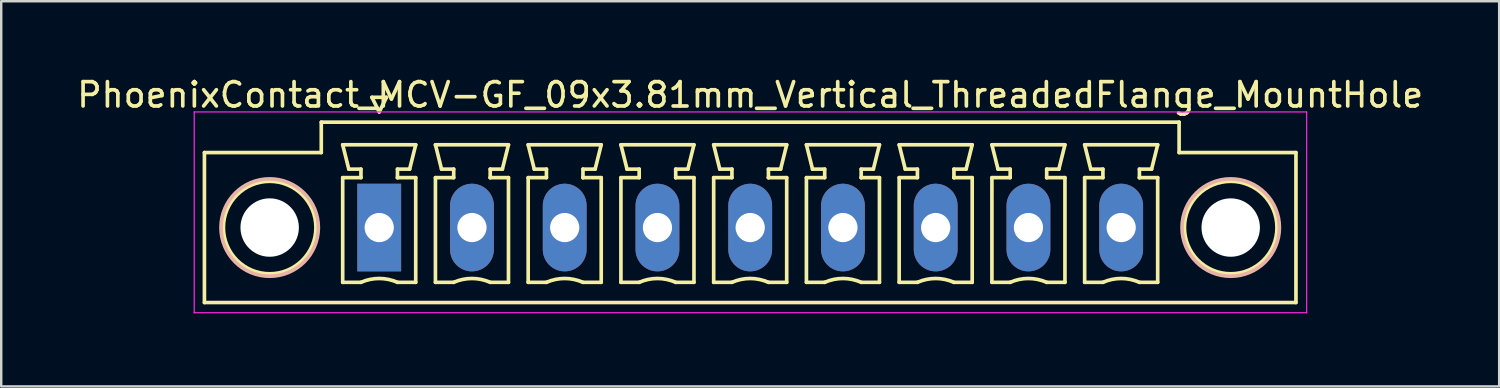
<source format=kicad_pcb>
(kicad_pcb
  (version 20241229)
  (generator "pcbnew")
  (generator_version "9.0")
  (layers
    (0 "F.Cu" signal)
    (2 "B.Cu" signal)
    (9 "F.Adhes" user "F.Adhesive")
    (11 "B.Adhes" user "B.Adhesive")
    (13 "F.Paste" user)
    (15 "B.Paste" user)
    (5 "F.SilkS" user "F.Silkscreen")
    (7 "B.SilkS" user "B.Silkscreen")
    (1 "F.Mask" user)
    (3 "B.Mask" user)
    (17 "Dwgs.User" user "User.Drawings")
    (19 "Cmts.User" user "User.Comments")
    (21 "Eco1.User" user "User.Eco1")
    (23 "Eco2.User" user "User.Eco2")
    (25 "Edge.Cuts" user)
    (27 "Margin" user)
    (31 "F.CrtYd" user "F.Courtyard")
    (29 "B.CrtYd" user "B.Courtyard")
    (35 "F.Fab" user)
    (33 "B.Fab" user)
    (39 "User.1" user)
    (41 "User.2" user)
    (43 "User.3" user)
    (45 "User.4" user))
  (footprint "PhoenixContact_MCV-GF_09x3.81mm_Vertical_ThreadedFlange_MountHole"
    (layer "F.Cu")
    (at 12.528 6.298)
    (property "Reference" "PhoenixContact_MCV-GF_09x3.81mm_Vertical_ThreadedFlange_MountHole" (at 15.24 -5.45 0) (layer "F.SilkS") (effects (font (size 1 1) (thickness 0.15))))
    (attr through_hole)
    (fp_line (start -7.18 -3.08) (end -7.18 3.08) (stroke (width 0.15) (type solid)) (layer "F.SilkS"))
    (fp_line (start -7.18 3.08) (end 37.66 3.08) (stroke (width 0.15) (type solid)) (layer "F.SilkS"))
    (fp_line (start -2.38 -4.33) (end -2.38 -3.08) (stroke (width 0.15) (type solid)) (layer "F.SilkS"))
    (fp_line (start -2.38 -3.08) (end -7.18 -3.08) (stroke (width 0.15) (type solid)) (layer "F.SilkS"))
    (fp_line (start -1.5 -3.4) (end 1.5 -3.4) (stroke (width 0.15) (type solid)) (layer "F.SilkS"))
    (fp_line (start -1.5 -2.05) (end -0.75 -2.05) (stroke (width 0.15) (type solid)) (layer "F.SilkS"))
    (fp_line (start -1.5 2.25) (end -1.5 -2.05) (stroke (width 0.15) (type solid)) (layer "F.SilkS"))
    (fp_line (start -1.25 -2.4) (end -1.5 -3.4) (stroke (width 0.15) (type solid)) (layer "F.SilkS"))
    (fp_line (start -0.75 -2.4) (end -1.25 -2.4) (stroke (width 0.15) (type solid)) (layer "F.SilkS"))
    (fp_line (start -0.75 -2.05) (end -0.75 -2.4) (stroke (width 0.15) (type solid)) (layer "F.SilkS"))
    (fp_line (start -0.75 2.25) (end -1.5 2.25) (stroke (width 0.15) (type solid)) (layer "F.SilkS"))
    (fp_line (start -0.3 -5.35) (end 0 -4.75) (stroke (width 0.15) (type solid)) (layer "F.SilkS"))
    (fp_line (start 0 -4.75) (end 0.3 -5.35) (stroke (width 0.15) (type solid)) (layer "F.SilkS"))
    (fp_line (start 0.3 -5.35) (end -0.3 -5.35) (stroke (width 0.15) (type solid)) (layer "F.SilkS"))
    (fp_line (start 0.75 -2.4) (end 0.75 -2.05) (stroke (width 0.15) (type solid)) (layer "F.SilkS"))
    (fp_line (start 0.75 -2.05) (end 0.75 -2.05) (stroke (width 0.15) (type solid)) (layer "F.SilkS"))
    (fp_line (start 0.75 -2.05) (end 1.5 -2.05) (stroke (width 0.15) (type solid)) (layer "F.SilkS"))
    (fp_line (start 1.25 -2.4) (end 0.75 -2.4) (stroke (width 0.15) (type solid)) (layer "F.SilkS"))
    (fp_line (start 1.5 -3.4) (end 1.25 -2.4) (stroke (width 0.15) (type solid)) (layer "F.SilkS"))
    (fp_line (start 1.5 -2.05) (end 1.5 2.25) (stroke (width 0.15) (type solid)) (layer "F.SilkS"))
    (fp_line (start 1.5 2.25) (end 0.75 2.25) (stroke (width 0.15) (type solid)) (layer "F.SilkS"))
    (fp_line (start 2.31 -3.4) (end 5.31 -3.4) (stroke (width 0.15) (type solid)) (layer "F.SilkS"))
    (fp_line (start 2.31 -2.05) (end 3.06 -2.05) (stroke (width 0.15) (type solid)) (layer "F.SilkS"))
    (fp_line (start 2.31 2.25) (end 2.31 -2.05) (stroke (width 0.15) (type solid)) (layer "F.SilkS"))
    (fp_line (start 2.56 -2.4) (end 2.31 -3.4) (stroke (width 0.15) (type solid)) (layer "F.SilkS"))
    (fp_line (start 3.06 -2.4) (end 2.56 -2.4) (stroke (width 0.15) (type solid)) (layer "F.SilkS"))
    (fp_line (start 3.06 -2.05) (end 3.06 -2.4) (stroke (width 0.15) (type solid)) (layer "F.SilkS"))
    (fp_line (start 3.06 2.25) (end 2.31 2.25) (stroke (width 0.15) (type solid)) (layer "F.SilkS"))
    (fp_line (start 4.56 -2.4) (end 4.56 -2.05) (stroke (width 0.15) (type solid)) (layer "F.SilkS"))
    (fp_line (start 4.56 -2.05) (end 4.56 -2.05) (stroke (width 0.15) (type solid)) (layer "F.SilkS"))
    (fp_line (start 4.56 -2.05) (end 5.31 -2.05) (stroke (width 0.15) (type solid)) (layer "F.SilkS"))
    (fp_line (start 5.06 -2.4) (end 4.56 -2.4) (stroke (width 0.15) (type solid)) (layer "F.SilkS"))
    (fp_line (start 5.31 -3.4) (end 5.06 -2.4) (stroke (width 0.15) (type solid)) (layer "F.SilkS"))
    (fp_line (start 5.31 -2.05) (end 5.31 2.25) (stroke (width 0.15) (type solid)) (layer "F.SilkS"))
    (fp_line (start 5.31 2.25) (end 4.56 2.25) (stroke (width 0.15) (type solid)) (layer "F.SilkS"))
    (fp_line (start 6.12 -3.4) (end 9.12 -3.4) (stroke (width 0.15) (type solid)) (layer "F.SilkS"))
    (fp_line (start 6.12 -2.05) (end 6.87 -2.05) (stroke (width 0.15) (type solid)) (layer "F.SilkS"))
    (fp_line (start 6.12 2.25) (end 6.12 -2.05) (stroke (width 0.15) (type solid)) (layer "F.SilkS"))
    (fp_line (start 6.37 -2.4) (end 6.12 -3.4) (stroke (width 0.15) (type solid)) (layer "F.SilkS"))
    (fp_line (start 6.87 -2.4) (end 6.37 -2.4) (stroke (width 0.15) (type solid)) (layer "F.SilkS"))
    (fp_line (start 6.87 -2.05) (end 6.87 -2.4) (stroke (width 0.15) (type solid)) (layer "F.SilkS"))
    (fp_line (start 6.87 2.25) (end 6.12 2.25) (stroke (width 0.15) (type solid)) (layer "F.SilkS"))
    (fp_line (start 8.37 -2.4) (end 8.37 -2.05) (stroke (width 0.15) (type solid)) (layer "F.SilkS"))
    (fp_line (start 8.37 -2.05) (end 8.37 -2.05) (stroke (width 0.15) (type solid)) (layer "F.SilkS"))
    (fp_line (start 8.37 -2.05) (end 9.12 -2.05) (stroke (width 0.15) (type solid)) (layer "F.SilkS"))
    (fp_line (start 8.87 -2.4) (end 8.37 -2.4) (stroke (width 0.15) (type solid)) (layer "F.SilkS"))
    (fp_line (start 9.12 -3.4) (end 8.87 -2.4) (stroke (width 0.15) (type solid)) (layer "F.SilkS"))
    (fp_line (start 9.12 -2.05) (end 9.12 2.25) (stroke (width 0.15) (type solid)) (layer "F.SilkS"))
    (fp_line (start 9.12 2.25) (end 8.37 2.25) (stroke (width 0.15) (type solid)) (layer "F.SilkS"))
    (fp_line (start 9.93 -3.4) (end 12.93 -3.4) (stroke (width 0.15) (type solid)) (layer "F.SilkS"))
    (fp_line (start 9.93 -2.05) (end 10.68 -2.05) (stroke (width 0.15) (type solid)) (layer "F.SilkS"))
    (fp_line (start 9.93 2.25) (end 9.93 -2.05) (stroke (width 0.15) (type solid)) (layer "F.SilkS"))
    (fp_line (start 10.18 -2.4) (end 9.93 -3.4) (stroke (width 0.15) (type solid)) (layer "F.SilkS"))
    (fp_line (start 10.68 -2.4) (end 10.18 -2.4) (stroke (width 0.15) (type solid)) (layer "F.SilkS"))
    (fp_line (start 10.68 -2.05) (end 10.68 -2.4) (stroke (width 0.15) (type solid)) (layer "F.SilkS"))
    (fp_line (start 10.68 2.25) (end 9.93 2.25) (stroke (width 0.15) (type solid)) (layer "F.SilkS"))
    (fp_line (start 12.18 -2.4) (end 12.18 -2.05) (stroke (width 0.15) (type solid)) (layer "F.SilkS"))
    (fp_line (start 12.18 -2.05) (end 12.18 -2.05) (stroke (width 0.15) (type solid)) (layer "F.SilkS"))
    (fp_line (start 12.18 -2.05) (end 12.93 -2.05) (stroke (width 0.15) (type solid)) (layer "F.SilkS"))
    (fp_line (start 12.68 -2.4) (end 12.18 -2.4) (stroke (width 0.15) (type solid)) (layer "F.SilkS"))
    (fp_line (start 12.93 -3.4) (end 12.68 -2.4) (stroke (width 0.15) (type solid)) (layer "F.SilkS"))
    (fp_line (start 12.93 -2.05) (end 12.93 2.25) (stroke (width 0.15) (type solid)) (layer "F.SilkS"))
    (fp_line (start 12.93 2.25) (end 12.18 2.25) (stroke (width 0.15) (type solid)) (layer "F.SilkS"))
    (fp_line (start 13.74 -3.4) (end 16.74 -3.4) (stroke (width 0.15) (type solid)) (layer "F.SilkS"))
    (fp_line (start 13.74 -2.05) (end 14.49 -2.05) (stroke (width 0.15) (type solid)) (layer "F.SilkS"))
    (fp_line (start 13.74 2.25) (end 13.74 -2.05) (stroke (width 0.15) (type solid)) (layer "F.SilkS"))
    (fp_line (start 13.99 -2.4) (end 13.74 -3.4) (stroke (width 0.15) (type solid)) (layer "F.SilkS"))
    (fp_line (start 14.49 -2.4) (end 13.99 -2.4) (stroke (width 0.15) (type solid)) (layer "F.SilkS"))
    (fp_line (start 14.49 -2.05) (end 14.49 -2.4) (stroke (width 0.15) (type solid)) (layer "F.SilkS"))
    (fp_line (start 14.49 2.25) (end 13.74 2.25) (stroke (width 0.15) (type solid)) (layer "F.SilkS"))
    (fp_line (start 15.99 -2.4) (end 15.99 -2.05) (stroke (width 0.15) (type solid)) (layer "F.SilkS"))
    (fp_line (start 15.99 -2.05) (end 15.99 -2.05) (stroke (width 0.15) (type solid)) (layer "F.SilkS"))
    (fp_line (start 15.99 -2.05) (end 16.74 -2.05) (stroke (width 0.15) (type solid)) (layer "F.SilkS"))
    (fp_line (start 16.49 -2.4) (end 15.99 -2.4) (stroke (width 0.15) (type solid)) (layer "F.SilkS"))
    (fp_line (start 16.74 -3.4) (end 16.49 -2.4) (stroke (width 0.15) (type solid)) (layer "F.SilkS"))
    (fp_line (start 16.74 -2.05) (end 16.74 2.25) (stroke (width 0.15) (type solid)) (layer "F.SilkS"))
    (fp_line (start 16.74 2.25) (end 15.99 2.25) (stroke (width 0.15) (type solid)) (layer "F.SilkS"))
    (fp_line (start 17.55 -3.4) (end 20.55 -3.4) (stroke (width 0.15) (type solid)) (layer "F.SilkS"))
    (fp_line (start 17.55 -2.05) (end 18.3 -2.05) (stroke (width 0.15) (type solid)) (layer "F.SilkS"))
    (fp_line (start 17.55 2.25) (end 17.55 -2.05) (stroke (width 0.15) (type solid)) (layer "F.SilkS"))
    (fp_line (start 17.8 -2.4) (end 17.55 -3.4) (stroke (width 0.15) (type solid)) (layer "F.SilkS"))
    (fp_line (start 18.3 -2.4) (end 17.8 -2.4) (stroke (width 0.15) (type solid)) (layer "F.SilkS"))
    (fp_line (start 18.3 -2.05) (end 18.3 -2.4) (stroke (width 0.15) (type solid)) (layer "F.SilkS"))
    (fp_line (start 18.3 2.25) (end 17.55 2.25) (stroke (width 0.15) (type solid)) (layer "F.SilkS"))
    (fp_line (start 19.8 -2.4) (end 19.8 -2.05) (stroke (width 0.15) (type solid)) (layer "F.SilkS"))
    (fp_line (start 19.8 -2.05) (end 19.8 -2.05) (stroke (width 0.15) (type solid)) (layer "F.SilkS"))
    (fp_line (start 19.8 -2.05) (end 20.55 -2.05) (stroke (width 0.15) (type solid)) (layer "F.SilkS"))
    (fp_line (start 20.3 -2.4) (end 19.8 -2.4) (stroke (width 0.15) (type solid)) (layer "F.SilkS"))
    (fp_line (start 20.55 -3.4) (end 20.3 -2.4) (stroke (width 0.15) (type solid)) (layer "F.SilkS"))
    (fp_line (start 20.55 -2.05) (end 20.55 2.25) (stroke (width 0.15) (type solid)) (layer "F.SilkS"))
    (fp_line (start 20.55 2.25) (end 19.8 2.25) (stroke (width 0.15) (type solid)) (layer "F.SilkS"))
    (fp_line (start 21.36 -3.4) (end 24.36 -3.4) (stroke (width 0.15) (type solid)) (layer "F.SilkS"))
    (fp_line (start 21.36 -2.05) (end 22.11 -2.05) (stroke (width 0.15) (type solid)) (layer "F.SilkS"))
    (fp_line (start 21.36 2.25) (end 21.36 -2.05) (stroke (width 0.15) (type solid)) (layer "F.SilkS"))
    (fp_line (start 21.61 -2.4) (end 21.36 -3.4) (stroke (width 0.15) (type solid)) (layer "F.SilkS"))
    (fp_line (start 22.11 -2.4) (end 21.61 -2.4) (stroke (width 0.15) (type solid)) (layer "F.SilkS"))
    (fp_line (start 22.11 -2.05) (end 22.11 -2.4) (stroke (width 0.15) (type solid)) (layer "F.SilkS"))
    (fp_line (start 22.11 2.25) (end 21.36 2.25) (stroke (width 0.15) (type solid)) (layer "F.SilkS"))
    (fp_line (start 23.61 -2.4) (end 23.61 -2.05) (stroke (width 0.15) (type solid)) (layer "F.SilkS"))
    (fp_line (start 23.61 -2.05) (end 23.61 -2.05) (stroke (width 0.15) (type solid)) (layer "F.SilkS"))
    (fp_line (start 23.61 -2.05) (end 24.36 -2.05) (stroke (width 0.15) (type solid)) (layer "F.SilkS"))
    (fp_line (start 24.11 -2.4) (end 23.61 -2.4) (stroke (width 0.15) (type solid)) (layer "F.SilkS"))
    (fp_line (start 24.36 -3.4) (end 24.11 -2.4) (stroke (width 0.15) (type solid)) (layer "F.SilkS"))
    (fp_line (start 24.36 -2.05) (end 24.36 2.25) (stroke (width 0.15) (type solid)) (layer "F.SilkS"))
    (fp_line (start 24.36 2.25) (end 23.61 2.25) (stroke (width 0.15) (type solid)) (layer "F.SilkS"))
    (fp_line (start 25.17 -3.4) (end 28.17 -3.4) (stroke (width 0.15) (type solid)) (layer "F.SilkS"))
    (fp_line (start 25.17 -2.05) (end 25.92 -2.05) (stroke (width 0.15) (type solid)) (layer "F.SilkS"))
    (fp_line (start 25.17 2.25) (end 25.17 -2.05) (stroke (width 0.15) (type solid)) (layer "F.SilkS"))
    (fp_line (start 25.42 -2.4) (end 25.17 -3.4) (stroke (width 0.15) (type solid)) (layer "F.SilkS"))
    (fp_line (start 25.92 -2.4) (end 25.42 -2.4) (stroke (width 0.15) (type solid)) (layer "F.SilkS"))
    (fp_line (start 25.92 -2.05) (end 25.92 -2.4) (stroke (width 0.15) (type solid)) (layer "F.SilkS"))
    (fp_line (start 25.92 2.25) (end 25.17 2.25) (stroke (width 0.15) (type solid)) (layer "F.SilkS"))
    (fp_line (start 27.42 -2.4) (end 27.42 -2.05) (stroke (width 0.15) (type solid)) (layer "F.SilkS"))
    (fp_line (start 27.42 -2.05) (end 27.42 -2.05) (stroke (width 0.15) (type solid)) (layer "F.SilkS"))
    (fp_line (start 27.42 -2.05) (end 28.17 -2.05) (stroke (width 0.15) (type solid)) (layer "F.SilkS"))
    (fp_line (start 27.92 -2.4) (end 27.42 -2.4) (stroke (width 0.15) (type solid)) (layer "F.SilkS"))
    (fp_line (start 28.17 -3.4) (end 27.92 -2.4) (stroke (width 0.15) (type solid)) (layer "F.SilkS"))
    (fp_line (start 28.17 -2.05) (end 28.17 2.25) (stroke (width 0.15) (type solid)) (layer "F.SilkS"))
    (fp_line (start 28.17 2.25) (end 27.42 2.25) (stroke (width 0.15) (type solid)) (layer "F.SilkS"))
    (fp_line (start 28.98 -3.4) (end 31.98 -3.4) (stroke (width 0.15) (type solid)) (layer "F.SilkS"))
    (fp_line (start 28.98 -2.05) (end 29.73 -2.05) (stroke (width 0.15) (type solid)) (layer "F.SilkS"))
    (fp_line (start 28.98 2.25) (end 28.98 -2.05) (stroke (width 0.15) (type solid)) (layer "F.SilkS"))
    (fp_line (start 29.23 -2.4) (end 28.98 -3.4) (stroke (width 0.15) (type solid)) (layer "F.SilkS"))
    (fp_line (start 29.73 -2.4) (end 29.23 -2.4) (stroke (width 0.15) (type solid)) (layer "F.SilkS"))
    (fp_line (start 29.73 -2.05) (end 29.73 -2.4) (stroke (width 0.15) (type solid)) (layer "F.SilkS"))
    (fp_line (start 29.73 2.25) (end 28.98 2.25) (stroke (width 0.15) (type solid)) (layer "F.SilkS"))
    (fp_line (start 31.23 -2.4) (end 31.23 -2.05) (stroke (width 0.15) (type solid)) (layer "F.SilkS"))
    (fp_line (start 31.23 -2.05) (end 31.23 -2.05) (stroke (width 0.15) (type solid)) (layer "F.SilkS"))
    (fp_line (start 31.23 -2.05) (end 31.98 -2.05) (stroke (width 0.15) (type solid)) (layer "F.SilkS"))
    (fp_line (start 31.73 -2.4) (end 31.23 -2.4) (stroke (width 0.15) (type solid)) (layer "F.SilkS"))
    (fp_line (start 31.98 -3.4) (end 31.73 -2.4) (stroke (width 0.15) (type solid)) (layer "F.SilkS"))
    (fp_line (start 31.98 -2.05) (end 31.98 2.25) (stroke (width 0.15) (type solid)) (layer "F.SilkS"))
    (fp_line (start 31.98 2.25) (end 31.23 2.25) (stroke (width 0.15) (type solid)) (layer "F.SilkS"))
    (fp_line (start 32.86 -4.33) (end -2.38 -4.33) (stroke (width 0.15) (type solid)) (layer "F.SilkS"))
    (fp_line (start 32.86 -3.08) (end 32.86 -4.33) (stroke (width 0.15) (type solid)) (layer "F.SilkS"))
    (fp_line (start 37.66 -3.08) (end 32.86 -3.08) (stroke (width 0.15) (type solid)) (layer "F.SilkS"))
    (fp_line (start 37.66 3.08) (end 37.66 -3.08) (stroke (width 0.15) (type solid)) (layer "F.SilkS"))
    (fp_arc (start -0.75 2.25) (mid -0.000193 2.09191) (end 0.749647 2.249844) (stroke (width 0.15) (type solid)) (layer "F.SilkS"))
    (fp_arc (start 3.06 2.25) (mid 3.809807 2.09191) (end 4.559647 2.249844) (stroke (width 0.15) (type solid)) (layer "F.SilkS"))
    (fp_arc (start 6.87 2.25) (mid 7.619807 2.09191) (end 8.369647 2.249844) (stroke (width 0.15) (type solid)) (layer "F.SilkS"))
    (fp_arc (start 10.68 2.25) (mid 11.429807 2.09191) (end 12.179647 2.249844) (stroke (width 0.15) (type solid)) (layer "F.SilkS"))
    (fp_arc (start 14.49 2.25) (mid 15.239807 2.09191) (end 15.989647 2.249844) (stroke (width 0.15) (type solid)) (layer "F.SilkS"))
    (fp_arc (start 18.3 2.25) (mid 19.049807 2.09191) (end 19.799647 2.249844) (stroke (width 0.15) (type solid)) (layer "F.SilkS"))
    (fp_arc (start 22.11 2.25) (mid 22.859807 2.09191) (end 23.609647 2.249844) (stroke (width 0.15) (type solid)) (layer "F.SilkS"))
    (fp_arc (start 25.92 2.25) (mid 26.669807 2.09191) (end 27.419647 2.249844) (stroke (width 0.15) (type solid)) (layer "F.SilkS"))
    (fp_arc (start 29.73 2.25) (mid 30.479807 2.09191) (end 31.229647 2.249844) (stroke (width 0.15) (type solid)) (layer "F.SilkS"))
    (fp_circle (center -4.5 0) (end -2.6 0) (stroke (width 0.15) (type solid)) (fill no) (layer "F.SilkS"))
    (fp_circle (center 34.98 0) (end 36.88 0) (stroke (width 0.15) (type solid)) (fill no) (layer "F.SilkS"))
    (fp_circle (center -4.5 0) (end -2.5 0) (stroke (width 0.15) (type solid)) (fill no) (layer "B.SilkS"))
    (fp_circle (center 34.98 0) (end 36.98 0) (stroke (width 0.15) (type solid)) (fill no) (layer "B.SilkS"))
    (fp_line (start -7.6 -4.75) (end -7.6 3.5) (stroke (width 0.05) (type solid)) (layer "F.CrtYd"))
    (fp_line (start -7.6 3.5) (end 38.1 3.5) (stroke (width 0.05) (type solid)) (layer "F.CrtYd"))
    (fp_line (start 38.1 -4.75) (end -7.6 -4.75) (stroke (width 0.05) (type solid)) (layer "F.CrtYd"))
    (fp_line (start 38.1 3.5) (end 38.1 -4.75) (stroke (width 0.05) (type solid)) (layer "F.CrtYd"))
    (pad "" np_thru_hole circle (at -4.5 0) (size 2.4 2.4) (drill 2.4) (layers "*.Cu" "*.Mask"))
    (pad "" np_thru_hole circle (at 34.98 0) (size 2.4 2.4) (drill 2.4) (layers "*.Cu" "*.Mask"))
    (pad "1" thru_hole rect (at 0 0) (size 1.8 3.6) (drill 1.2) (layers "*.Cu" "*.Mask"))
    (pad "2" thru_hole oval (at 3.81 0) (size 1.8 3.6) (drill 1.2) (layers "*.Cu" "*.Mask"))
    (pad "3" thru_hole oval (at 7.62 0) (size 1.8 3.6) (drill 1.2) (layers "*.Cu" "*.Mask"))
    (pad "4" thru_hole oval (at 11.43 0) (size 1.8 3.6) (drill 1.2) (layers "*.Cu" "*.Mask"))
    (pad "5" thru_hole oval (at 15.24 0) (size 1.8 3.6) (drill 1.2) (layers "*.Cu" "*.Mask"))
    (pad "6" thru_hole oval (at 19.05 0) (size 1.8 3.6) (drill 1.2) (layers "*.Cu" "*.Mask"))
    (pad "7" thru_hole oval (at 22.86 0) (size 1.8 3.6) (drill 1.2) (layers "*.Cu" "*.Mask"))
    (pad "8" thru_hole oval (at 26.67 0) (size 1.8 3.6) (drill 1.2) (layers "*.Cu" "*.Mask"))
    (pad "9" thru_hole oval (at 30.48 0) (size 1.8 3.6) (drill 1.2) (layers "*.Cu" "*.Mask")))
  (gr_rect
    (start -3 -3)
    (end 58.536 12.823)
    (stroke (width 0.1) (type default))
    (fill no)
    (layer "Edge.Cuts")))
</source>
